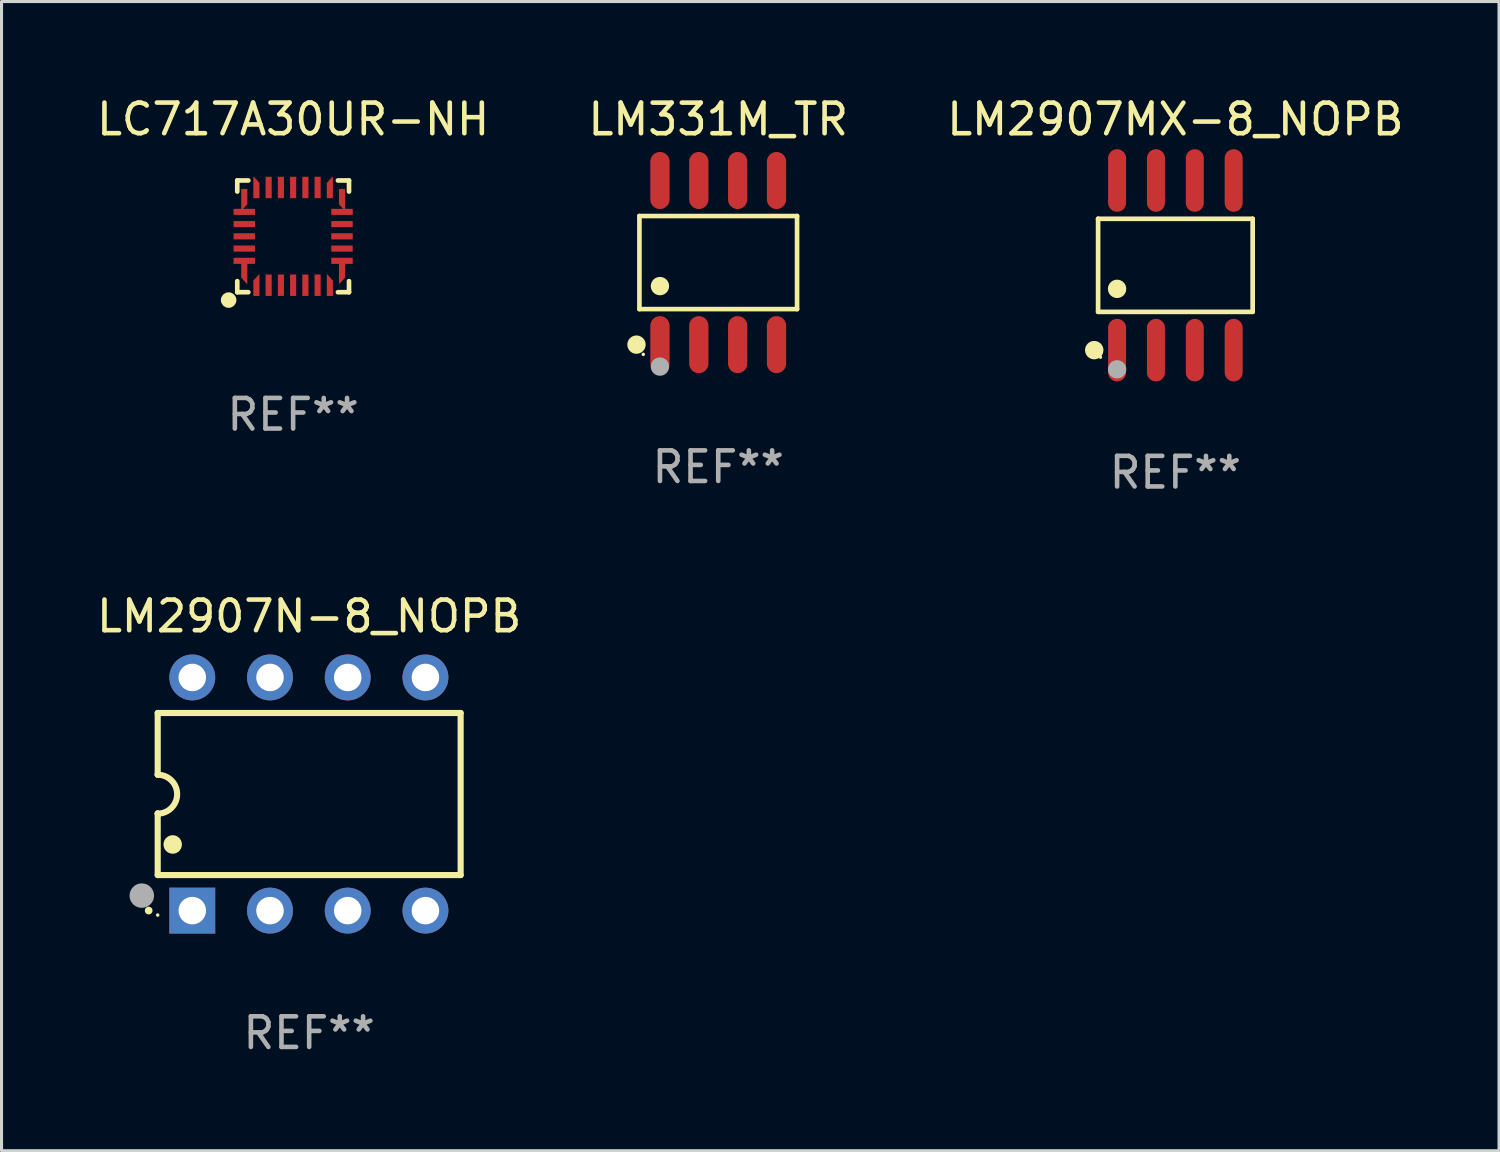
<source format=kicad_pcb>
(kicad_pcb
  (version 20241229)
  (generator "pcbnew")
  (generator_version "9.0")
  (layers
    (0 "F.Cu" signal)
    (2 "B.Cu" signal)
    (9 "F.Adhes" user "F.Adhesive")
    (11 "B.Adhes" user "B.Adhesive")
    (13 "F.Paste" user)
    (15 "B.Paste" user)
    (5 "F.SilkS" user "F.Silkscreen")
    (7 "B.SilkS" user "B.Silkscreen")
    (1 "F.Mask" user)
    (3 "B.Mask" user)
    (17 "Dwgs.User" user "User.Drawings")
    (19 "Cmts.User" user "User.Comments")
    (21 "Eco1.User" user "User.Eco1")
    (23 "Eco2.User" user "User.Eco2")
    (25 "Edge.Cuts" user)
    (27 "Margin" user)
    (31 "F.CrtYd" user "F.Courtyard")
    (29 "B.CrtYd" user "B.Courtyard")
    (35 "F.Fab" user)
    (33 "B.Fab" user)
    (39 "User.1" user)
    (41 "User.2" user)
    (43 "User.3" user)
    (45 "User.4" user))
  (footprint "LM2907N-8_NOPB"
    (layer "F.Cu")
    (at 7.054 22.9)
    (property "Reference" "LM2907N-8_NOPB" (at 0 -5.81 0) (layer "F.SilkS") (effects (font (size 1 1) (thickness 0.15))))
    (attr through_hole)
    (fp_line (start -4.95 -2.649) (end 4.95 -2.649) (stroke (width 0.2) (type solid)) (layer "F.SilkS"))
    (fp_line (start -4.95 -0.635) (end -4.95 -2.649) (stroke (width 0.2) (type solid)) (layer "F.SilkS"))
    (fp_line (start -4.95 0.635) (end -4.95 0.64) (stroke (width 0.2) (type solid)) (layer "F.SilkS"))
    (fp_line (start -4.95 2.649) (end -4.95 0.635) (stroke (width 0.2) (type solid)) (layer "F.SilkS"))
    (fp_line (start -4.95 -0.64) (end -4.95 -0.635) (stroke (width 0.2) (type solid)) (layer "F.SilkS"))
    (fp_line (start 4.95 -2.649) (end 4.95 2.649) (stroke (width 0.2) (type solid)) (layer "F.SilkS"))
    (fp_line (start 4.95 2.649) (end -4.95 2.649) (stroke (width 0.2) (type solid)) (layer "F.SilkS"))
    (fp_arc (start -5.24511 3.810008) (mid -5.245117 3.808738) (end -5.24511 3.807468) (stroke (width 0.25) (type solid)) (layer "F.SilkS"))
    (fp_arc (start -4.950165 -0.629997) (mid -4.315164 0.005004) (end -4.950165 0.640005) (stroke (width 0.2) (type solid)) (layer "F.SilkS"))
    (fp_arc (start -4.460249 1.651003) (mid -4.46026 1.648463) (end -4.460249 1.645923) (stroke (width 0.6) (type solid)) (layer "F.SilkS"))
    (fp_circle (center -4.95 3.956) (end -4.92 3.956) (stroke (width 0.06) (type solid)) (fill no) (layer "F.SilkS"))
    (fp_circle (center -5.47 3.32) (end -5.27 3.32) (stroke (width 0.4) (type solid)) (fill no) (layer "F.Fab"))
    (fp_text user "REF**" (at 0 7.81 0) (layer "F.Fab") (effects (font (size 1 1) (thickness 0.15))))
    (pad "1" thru_hole rect (at -3.82 3.81) (size 1.5 1.5) (drill 0.9) (layers "*.Cu" "*.Mask"))
    (pad "2" thru_hole circle (at -1.28 3.81) (size 1.5 1.5) (drill 0.9) (layers "*.Cu" "*.Mask"))
    (pad "3" thru_hole circle (at 1.26 3.81) (size 1.5 1.5) (drill 0.9) (layers "*.Cu" "*.Mask"))
    (pad "4" thru_hole circle (at 3.8 3.81) (size 1.5 1.5) (drill 0.9) (layers "*.Cu" "*.Mask"))
    (pad "5" thru_hole circle (at 3.8 -3.81) (size 1.5 1.5) (drill 0.9) (layers "*.Cu" "*.Mask"))
    (pad "6" thru_hole circle (at 1.26 -3.81) (size 1.5 1.5) (drill 0.9) (layers "*.Cu" "*.Mask"))
    (pad "7" thru_hole circle (at -1.28 -3.81) (size 1.5 1.5) (drill 0.9) (layers "*.Cu" "*.Mask"))
    (pad "8" thru_hole circle (at -3.82 -3.81) (size 1.5 1.5) (drill 0.9) (layers "*.Cu" "*.Mask")))
  (footprint "LC717A30UR-NH"
    (layer "F.Cu")
    (at 6.53 4.674)
    (property "Reference" "LC717A30UR-NH" (at 0 -3.826 0) (layer "F.SilkS") (effects (font (size 1 1) (thickness 0.15))))
    (attr through_hole)
    (fp_line (start -1.826 -1.826) (end -1.826 -1.464) (stroke (width 0.152) (type solid)) (layer "F.SilkS"))
    (fp_line (start -1.826 1.826) (end -1.826 1.464) (stroke (width 0.152) (type solid)) (layer "F.SilkS"))
    (fp_line (start -1.464 -1.826) (end -1.826 -1.826) (stroke (width 0.152) (type solid)) (layer "F.SilkS"))
    (fp_line (start -1.464 1.826) (end -1.826 1.826) (stroke (width 0.152) (type solid)) (layer "F.SilkS"))
    (fp_line (start 1.464 -1.826) (end 1.826 -1.826) (stroke (width 0.152) (type solid)) (layer "F.SilkS"))
    (fp_line (start 1.464 1.826) (end 1.826 1.826) (stroke (width 0.152) (type solid)) (layer "F.SilkS"))
    (fp_line (start 1.826 -1.826) (end 1.826 -1.464) (stroke (width 0.152) (type solid)) (layer "F.SilkS"))
    (fp_line (start 1.826 1.826) (end 1.826 1.464) (stroke (width 0.152) (type solid)) (layer "F.SilkS"))
    (fp_circle (center -2.108 2.083) (end -1.981 2.083) (stroke (width 0.254) (type solid)) (fill no) (layer "F.SilkS"))
    (fp_text user "REF**" (at 0 5.826 0) (layer "F.Fab") (effects (font (size 1 1) (thickness 0.15))))
    (pad "1" smd custom (at -1.2 1.597) (size 0.2 0.7) (layers "F.Cu" "F.Mask" "F.Paste") (options (anchor circle)) (primitives (gr_poly (pts (xy 0.1 -0.35) (xy 0.1 0.35) (xy -0.1 0.35) (xy -0.1 -0.15) (xy 0.08 -0.35)) (width 0) (fill yes))))
    (pad "2" smd rect (at -0.8 1.597) (size 0.2 0.7) (layers "F.Cu" "F.Mask" "F.Paste"))
    (pad "3" smd rect (at -0.4 1.597) (size 0.2 0.7) (layers "F.Cu" "F.Mask" "F.Paste"))
    (pad "4" smd rect (at -0.000013 1.597) (size 0.2 0.7) (layers "F.Cu" "F.Mask" "F.Paste"))
    (pad "5" smd rect (at 0.4 1.597) (size 0.2 0.7) (layers "F.Cu" "F.Mask" "F.Paste"))
    (pad "6" smd rect (at 0.8 1.597) (size 0.2 0.7) (layers "F.Cu" "F.Mask" "F.Paste"))
    (pad "7" smd custom (at 1.2 1.597) (size 0.2 0.7) (layers "F.Cu" "F.Mask" "F.Paste") (options (anchor circle)) (primitives (gr_poly (pts (xy -0.1 -0.35) (xy -0.1 0.35) (xy 0.1 0.35) (xy 0.1 -0.15) (xy -0.08 -0.35)) (width 0) (fill yes))))
    (pad "8" smd custom (at 1.597 1.2 90) (size 0.2 0.7) (layers "F.Cu" "F.Mask" "F.Paste") (options (anchor circle)) (primitives (gr_poly (pts (xy -0.35 -0.1) (xy 0.35 -0.1) (xy 0.35 0.1) (xy -0.15 0.1) (xy -0.35 -0.08)) (width 0) (fill yes))))
    (pad "9" smd rect (at 1.597 0.8) (size 0.7 0.2) (layers "F.Cu" "F.Mask" "F.Paste"))
    (pad "10" smd rect (at 1.597 0.4) (size 0.7 0.2) (layers "F.Cu" "F.Mask" "F.Paste"))
    (pad "11" smd rect (at 1.597 -0.000013) (size 0.7 0.2) (layers "F.Cu" "F.Mask" "F.Paste"))
    (pad "12" smd rect (at 1.597 -0.4) (size 0.7 0.2) (layers "F.Cu" "F.Mask" "F.Paste"))
    (pad "13" smd rect (at 1.597 -0.8) (size 0.7 0.2) (layers "F.Cu" "F.Mask" "F.Paste"))
    (pad "14" smd custom (at 1.597 -1.2 90) (size 0.2 0.7) (layers "F.Cu" "F.Mask" "F.Paste") (options (anchor circle)) (primitives (gr_poly (pts (xy -0.35 0.1) (xy 0.35 0.1) (xy 0.35 -0.1) (xy -0.15 -0.1) (xy -0.35 0.08)) (width 0) (fill yes))))
    (pad "15" smd custom (at 1.2 -1.597 180) (size 0.2 0.7) (layers "F.Cu" "F.Mask" "F.Paste") (options (anchor circle)) (primitives (gr_poly (pts (xy -0.1 0.35) (xy -0.1 -0.35) (xy 0.1 -0.35) (xy 0.1 0.15) (xy -0.08 0.35)) (width 0) (fill yes))))
    (pad "16" smd rect (at 0.8 -1.597) (size 0.2 0.7) (layers "F.Cu" "F.Mask" "F.Paste"))
    (pad "17" smd rect (at 0.4 -1.597) (size 0.2 0.7) (layers "F.Cu" "F.Mask" "F.Paste"))
    (pad "18" smd rect (at -0.000013 -1.597) (size 0.2 0.7) (layers "F.Cu" "F.Mask" "F.Paste"))
    (pad "19" smd rect (at -0.4 -1.597) (size 0.2 0.7) (layers "F.Cu" "F.Mask" "F.Paste"))
    (pad "20" smd rect (at -0.8 -1.597) (size 0.2 0.7) (layers "F.Cu" "F.Mask" "F.Paste"))
    (pad "21" smd custom (at -1.2 -1.597 180) (size 0.2 0.7) (layers "F.Cu" "F.Mask" "F.Paste") (options (anchor circle)) (primitives (gr_poly (pts (xy 0.1 0.35) (xy 0.1 -0.35) (xy -0.1 -0.35) (xy -0.1 0.15) (xy 0.08 0.35)) (width 0) (fill yes))))
    (pad "22" smd custom (at -1.597 -1.2 270) (size 0.2 0.7) (layers "F.Cu" "F.Mask" "F.Paste") (options (anchor circle)) (primitives (gr_poly (pts (xy 0.35 0.1) (xy -0.35 0.1) (xy -0.35 -0.1) (xy 0.15 -0.1) (xy 0.35 0.08)) (width 0) (fill yes))))
    (pad "23" smd rect (at -1.597 -0.8) (size 0.7 0.2) (layers "F.Cu" "F.Mask" "F.Paste"))
    (pad "24" smd rect (at -1.597 -0.4) (size 0.7 0.2) (layers "F.Cu" "F.Mask" "F.Paste"))
    (pad "25" smd rect (at -1.597 -0.000013) (size 0.7 0.2) (layers "F.Cu" "F.Mask" "F.Paste"))
    (pad "26" smd rect (at -1.597 0.4) (size 0.7 0.2) (layers "F.Cu" "F.Mask" "F.Paste"))
    (pad "27" smd rect (at -1.597 0.8) (size 0.7 0.2) (layers "F.Cu" "F.Mask" "F.Paste"))
    (pad "28" smd custom (at -1.597 1.2 270) (size 0.2 0.7) (layers "F.Cu" "F.Mask" "F.Paste") (options (anchor circle)) (primitives (gr_poly (pts (xy 0.35 -0.1) (xy -0.35 -0.1) (xy -0.35 0.1) (xy 0.15 0.1) (xy 0.35 -0.08)) (width 0) (fill yes)))))
  (footprint "LM331M_TR"
    (layer "F.Cu")
    (at 20.423 5.531)
    (property "Reference" "LM331M_TR" (at 0 -4.682 0) (layer "F.SilkS") (effects (font (size 1 1) (thickness 0.15))))
    (attr through_hole)
    (fp_line (start -2.576 -1.521) (end 2.576 -1.521) (stroke (width 0.152) (type solid)) (layer "F.SilkS"))
    (fp_line (start -2.576 1.521) (end -2.576 -1.521) (stroke (width 0.152) (type solid)) (layer "F.SilkS"))
    (fp_line (start 2.576 -1.521) (end 2.576 1.521) (stroke (width 0.152) (type solid)) (layer "F.SilkS"))
    (fp_line (start 2.576 1.521) (end -2.576 1.521) (stroke (width 0.152) (type solid)) (layer "F.SilkS"))
    (fp_circle (center -2.672 2.682) (end -2.522 2.682) (stroke (width 0.3) (type solid)) (fill no) (layer "F.SilkS"))
    (fp_circle (center -2.45 3) (end -2.42 3) (stroke (width 0.06) (type solid)) (fill no) (layer "F.SilkS"))
    (fp_circle (center -1.905 0.769) (end -1.755 0.769) (stroke (width 0.3) (type solid)) (fill no) (layer "F.SilkS"))
    (fp_circle (center -1.905 3.4) (end -1.755 3.4) (stroke (width 0.3) (type solid)) (fill no) (layer "F.Fab"))
    (fp_text user "REF**" (at 0 6.682 0) (layer "F.Fab") (effects (font (size 1 1) (thickness 0.15))))
    (pad "1" smd oval (at -1.905 2.682) (size 0.63 1.865) (layers "F.Cu" "F.Mask" "F.Paste"))
    (pad "2" smd oval (at -0.635 2.682) (size 0.63 1.865) (layers "F.Cu" "F.Mask" "F.Paste"))
    (pad "3" smd oval (at 0.635 2.682) (size 0.63 1.865) (layers "F.Cu" "F.Mask" "F.Paste"))
    (pad "4" smd oval (at 1.905 2.682) (size 0.63 1.865) (layers "F.Cu" "F.Mask" "F.Paste"))
    (pad "5" smd oval (at 1.905 -2.682) (size 0.63 1.865) (layers "F.Cu" "F.Mask" "F.Paste"))
    (pad "6" smd oval (at 0.635 -2.682) (size 0.63 1.865) (layers "F.Cu" "F.Mask" "F.Paste"))
    (pad "7" smd oval (at -0.635 -2.682) (size 0.63 1.865) (layers "F.Cu" "F.Mask" "F.Paste"))
    (pad "8" smd oval (at -1.905 -2.682) (size 0.63 1.865) (layers "F.Cu" "F.Mask" "F.Paste")))
  (footprint "LM2907MX-8_NOPB"
    (layer "F.Cu")
    (at 35.363 5.621)
    (property "Reference" "LM2907MX-8_NOPB" (at 0 -4.772 0) (layer "F.SilkS") (effects (font (size 1 1) (thickness 0.15))))
    (attr through_hole)
    (fp_line (start -2.526 -1.521) (end 2.526 -1.521) (stroke (width 0.152) (type solid)) (layer "F.SilkS"))
    (fp_line (start -2.526 1.521) (end -2.526 -1.521) (stroke (width 0.152) (type solid)) (layer "F.SilkS"))
    (fp_line (start 2.526 -1.521) (end 2.526 1.521) (stroke (width 0.152) (type solid)) (layer "F.SilkS"))
    (fp_line (start 2.526 1.521) (end -2.526 1.521) (stroke (width 0.152) (type solid)) (layer "F.SilkS"))
    (fp_circle (center -2.652 2.772) (end -2.501 2.772) (stroke (width 0.3) (type solid)) (fill no) (layer "F.SilkS"))
    (fp_circle (center -2.45 3) (end -2.42 3) (stroke (width 0.06) (type solid)) (fill no) (layer "F.SilkS"))
    (fp_circle (center -1.905 0.769) (end -1.755 0.769) (stroke (width 0.3) (type solid)) (fill no) (layer "F.SilkS"))
    (fp_circle (center -1.905 3.4) (end -1.755 3.4) (stroke (width 0.3) (type solid)) (fill no) (layer "F.Fab"))
    (fp_text user "REF**" (at 0 6.772 0) (layer "F.Fab") (effects (font (size 1 1) (thickness 0.15))))
    (pad "1" smd oval (at -1.905 2.772) (size 0.588 2.045) (layers "F.Cu" "F.Mask" "F.Paste"))
    (pad "2" smd oval (at -0.635 2.772) (size 0.588 2.045) (layers "F.Cu" "F.Mask" "F.Paste"))
    (pad "3" smd oval (at 0.635 2.772) (size 0.588 2.045) (layers "F.Cu" "F.Mask" "F.Paste"))
    (pad "4" smd oval (at 1.905 2.772) (size 0.588 2.045) (layers "F.Cu" "F.Mask" "F.Paste"))
    (pad "5" smd oval (at 1.905 -2.772) (size 0.588 2.045) (layers "F.Cu" "F.Mask" "F.Paste"))
    (pad "6" smd oval (at 0.635 -2.772) (size 0.588 2.045) (layers "F.Cu" "F.Mask" "F.Paste"))
    (pad "7" smd oval (at -0.635 -2.772) (size 0.588 2.045) (layers "F.Cu" "F.Mask" "F.Paste"))
    (pad "8" smd oval (at -1.905 -2.772) (size 0.588 2.045) (layers "F.Cu" "F.Mask" "F.Paste")))
  (gr_rect
    (start -3 -3)
    (end 45.94 34.558)
    (stroke (width 0.1) (type default))
    (fill no)
    (layer "Edge.Cuts")))
</source>
